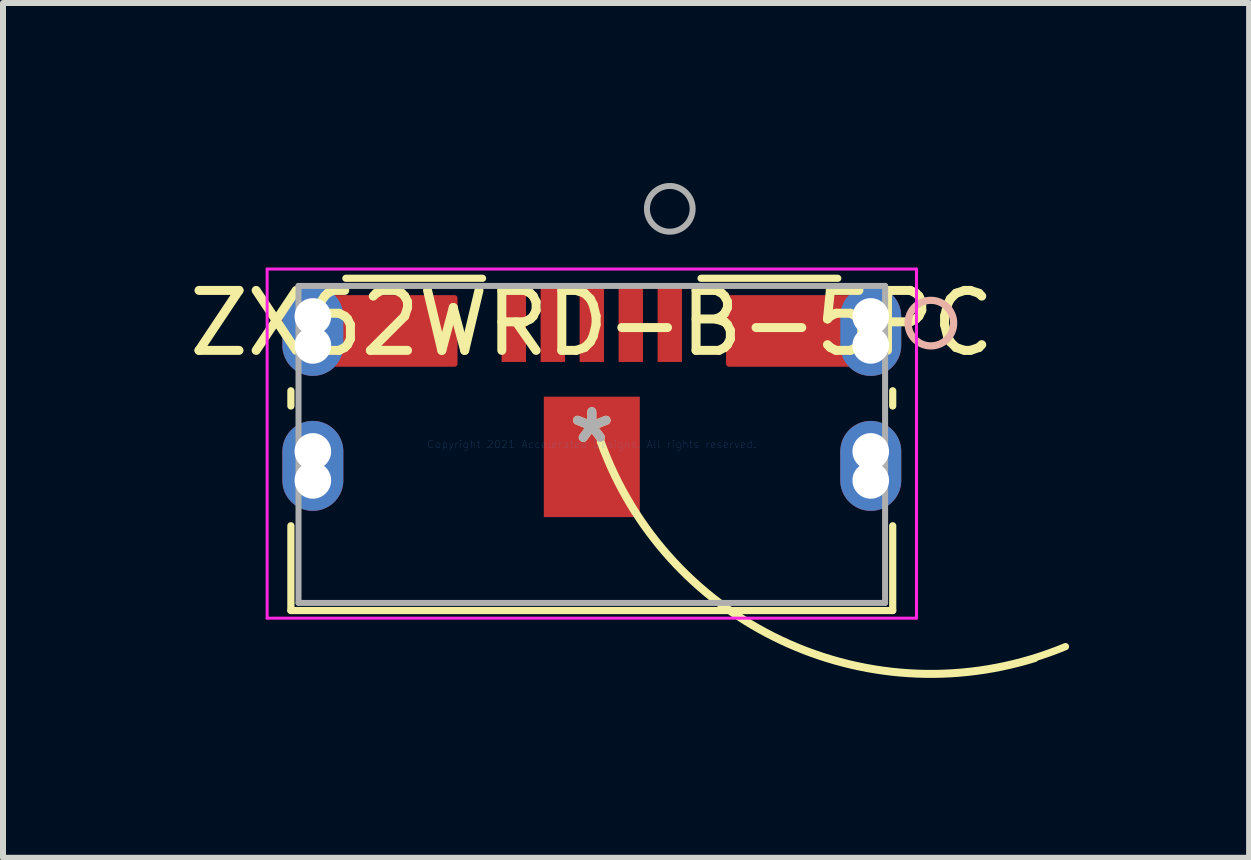
<source format=kicad_pcb>
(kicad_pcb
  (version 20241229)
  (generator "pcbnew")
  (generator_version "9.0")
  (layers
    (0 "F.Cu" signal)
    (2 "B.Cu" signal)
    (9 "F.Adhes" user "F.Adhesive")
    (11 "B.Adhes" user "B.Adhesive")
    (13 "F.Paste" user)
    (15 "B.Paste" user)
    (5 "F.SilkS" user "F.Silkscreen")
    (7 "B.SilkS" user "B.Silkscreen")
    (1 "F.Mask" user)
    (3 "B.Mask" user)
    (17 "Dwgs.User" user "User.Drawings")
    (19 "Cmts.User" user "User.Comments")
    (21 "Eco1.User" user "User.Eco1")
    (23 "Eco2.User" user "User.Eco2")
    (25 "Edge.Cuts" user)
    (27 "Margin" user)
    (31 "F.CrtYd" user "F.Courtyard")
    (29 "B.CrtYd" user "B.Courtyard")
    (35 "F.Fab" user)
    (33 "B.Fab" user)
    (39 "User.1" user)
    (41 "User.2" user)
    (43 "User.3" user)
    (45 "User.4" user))
  (footprint "ZX62WRD-B-5PC"
    (layer "F.Cu")
    (at 6.815 4.358)
    (property "Reference" "ZX62WRD-B-5PC" (at 0 -2.022 0) (layer "F.SilkS") (effects (font (size 1 1) (thickness 0.15))))
    (attr through_hole)
    (fp_poly (pts (xy -4.345 -2.438) (xy -2.288 -2.438) (xy -2.288 -1.345) (xy -4.345 -1.345)) (stroke (width 0.1) (type solid)) (fill yes) (layer "F.Cu"))
    (fp_poly (pts (xy 4.345 -2.438) (xy 2.288 -2.438) (xy 2.288 -1.345) (xy 4.345 -1.345)) (stroke (width 0.1) (type solid)) (fill yes) (layer "F.Cu"))
    (fp_poly (pts (xy -4.345 -2.438) (xy -2.288 -2.438) (xy -2.288 -1.345) (xy -4.345 -1.345)) (stroke (width 0.1) (type solid)) (fill yes) (layer "F.Mask"))
    (fp_poly (pts (xy 4.345 -2.438) (xy 2.288 -2.438) (xy 2.288 -1.345) (xy 4.345 -1.345)) (stroke (width 0.1) (type solid)) (fill yes) (layer "F.Mask"))
    (fp_line (start -5.016 -0.894) (end -5.016 -0.64) (stroke (width 0.12) (type solid)) (layer "F.SilkS"))
    (fp_line (start -5.016 1.356) (end -5.016 2.769) (stroke (width 0.12) (type solid)) (layer "F.SilkS"))
    (fp_line (start -5.016 2.769) (end 5.016 2.769) (stroke (width 0.12) (type solid)) (layer "F.SilkS"))
    (fp_line (start -1.821 -2.769) (end -4.1 -2.769) (stroke (width 0.12) (type solid)) (layer "F.SilkS"))
    (fp_line (start 4.1 -2.769) (end 1.821 -2.769) (stroke (width 0.12) (type solid)) (layer "F.SilkS"))
    (fp_line (start 5.016 -0.64) (end 5.016 -0.894) (stroke (width 0.12) (type solid)) (layer "F.SilkS"))
    (fp_line (start 5.016 2.769) (end 5.016 1.356) (stroke (width 0.12) (type solid)) (layer "F.SilkS"))
    (fp_arc (start 7.383768 3.568758) (mid 3.039614 3.215852) (end 0.14398 -0.041681) (stroke (width 0.12) (type solid)) (layer "F.SilkS"))
    (fp_arc (start 7.896112 3.370489) (mid 3.290605 3.320598) (end 0.153226 -0.051349) (stroke (width 0.12) (type solid)) (layer "F.SilkS"))
    (fp_circle (center 5.652 -2.022) (end 6.032 -2.022) (stroke (width 0.12) (type solid)) (fill no) (layer "B.SilkS"))
    (fp_poly (pts (xy -4.345 -2.438) (xy -2.288 -2.438) (xy -2.288 -1.345) (xy -4.345 -1.345)) (stroke (width 0.1) (type solid)) (fill yes) (layer "F.Paste"))
    (fp_poly (pts (xy 4.345 -2.438) (xy 2.288 -2.438) (xy 2.288 -1.345) (xy 4.345 -1.345)) (stroke (width 0.1) (type solid)) (fill yes) (layer "F.Paste"))
    (fp_line (start -5.412 -2.923) (end -5.412 2.896) (stroke (width 0.05) (type solid)) (layer "F.CrtYd"))
    (fp_line (start -5.412 2.896) (end 5.412 2.896) (stroke (width 0.05) (type solid)) (layer "F.CrtYd"))
    (fp_line (start 5.412 -2.923) (end -5.412 -2.923) (stroke (width 0.05) (type solid)) (layer "F.CrtYd"))
    (fp_line (start 5.412 2.896) (end 5.412 -2.923) (stroke (width 0.05) (type solid)) (layer "F.CrtYd"))
    (fp_line (start -4.889 -2.642) (end -4.889 2.642) (stroke (width 0.1) (type solid)) (layer "F.Fab"))
    (fp_line (start -4.889 2.642) (end 4.889 2.642) (stroke (width 0.1) (type solid)) (layer "F.Fab"))
    (fp_line (start 4.889 -2.642) (end -4.889 -2.642) (stroke (width 0.1) (type solid)) (layer "F.Fab"))
    (fp_line (start 4.889 2.642) (end 4.889 -2.642) (stroke (width 0.1) (type solid)) (layer "F.Fab"))
    (fp_circle (center 1.3 -3.927) (end 1.681 -3.927) (stroke (width 0.1) (type solid)) (fill no) (layer "F.Fab"))
    (fp_text user "*" (at 0 0 0) (layer "F.SilkS") (effects (font (size 1 1) (thickness 0.15))))
    (fp_text user "Copyright 2021 Accelerated Designs. All rights reserved." (at 0 0 0) (layer "Cmts.User") (effects (font (size 0.127 0.127) (thickness 0.002))))
    (fp_text user "*" (at 0 0 0) (layer "F.Fab") (effects (font (size 1 1) (thickness 0.15))))
    (pad "" np_thru_hole circle (at -4.65 -2.133) (size 0.61 0.61) (drill 0.61) (layers "*.Cu" "*.Mask"))
    (pad "" np_thru_hole circle (at -4.65 -1.65) (size 0.61 0.61) (drill 0.61) (layers "*.Cu" "*.Mask"))
    (pad "" np_thru_hole circle (at -4.65 0.117) (size 0.61 0.61) (drill 0.61) (layers "*.Cu" "*.Mask"))
    (pad "" np_thru_hole circle (at -4.65 0.6) (size 0.61 0.61) (drill 0.61) (layers "*.Cu" "*.Mask"))
    (pad "" np_thru_hole circle (at 4.65 -2.133) (size 0.61 0.61) (drill 0.61) (layers "*.Cu" "*.Mask"))
    (pad "" np_thru_hole circle (at 4.65 -1.65) (size 0.61 0.61) (drill 0.61) (layers "*.Cu" "*.Mask"))
    (pad "" np_thru_hole circle (at 4.65 0.117) (size 0.61 0.61) (drill 0.61) (layers "*.Cu" "*.Mask"))
    (pad "" np_thru_hole circle (at 4.65 0.6) (size 0.61 0.61) (drill 0.61) (layers "*.Cu" "*.Mask"))
    (pad "1" smd rect (at 1.3 -2.022) (size 0.406 1.295) (layers "F.Cu" "F.Mask" "F.Paste"))
    (pad "2" smd rect (at 0.65 -2.022) (size 0.406 1.295) (layers "F.Cu" "F.Mask" "F.Paste"))
    (pad "3" smd rect (at 0 -2.022) (size 0.406 1.295) (layers "F.Cu" "F.Mask" "F.Paste"))
    (pad "4" smd rect (at -0.65 -2.022) (size 0.406 1.295) (layers "F.Cu" "F.Mask" "F.Paste"))
    (pad "5" smd rect (at -1.3 -2.022) (size 0.406 1.295) (layers "F.Cu" "F.Mask" "F.Paste"))
    (pad "10" smd rect (at 0 0.208) (size 1.6 2.007) (layers "F.Cu" "F.Mask" "F.Paste"))
    (pad "S_2" thru_hole oval (at -4.65 -1.892 90) (size 1.499 1.016) (drill 0.025) (layers "*.Cu" "*.Mask"))
    (pad "S_3" thru_hole oval (at 4.65 -1.892 90) (size 1.499 1.016) (drill 0.025) (layers "*.Cu" "*.Mask"))
    (pad "S_4" thru_hole oval (at -4.65 0.358 90) (size 1.499 1.016) (drill 0.025) (layers "*.Cu" "*.Mask"))
    (pad "S_5" thru_hole oval (at 4.65 0.358 90) (size 1.499 1.016) (drill 0.025) (layers "*.Cu" "*.Mask")))
  (gr_rect
    (start -3 -3)
    (end 17.772 11.249)
    (stroke (width 0.1) (type default))
    (fill no)
    (layer "Edge.Cuts")))
</source>
